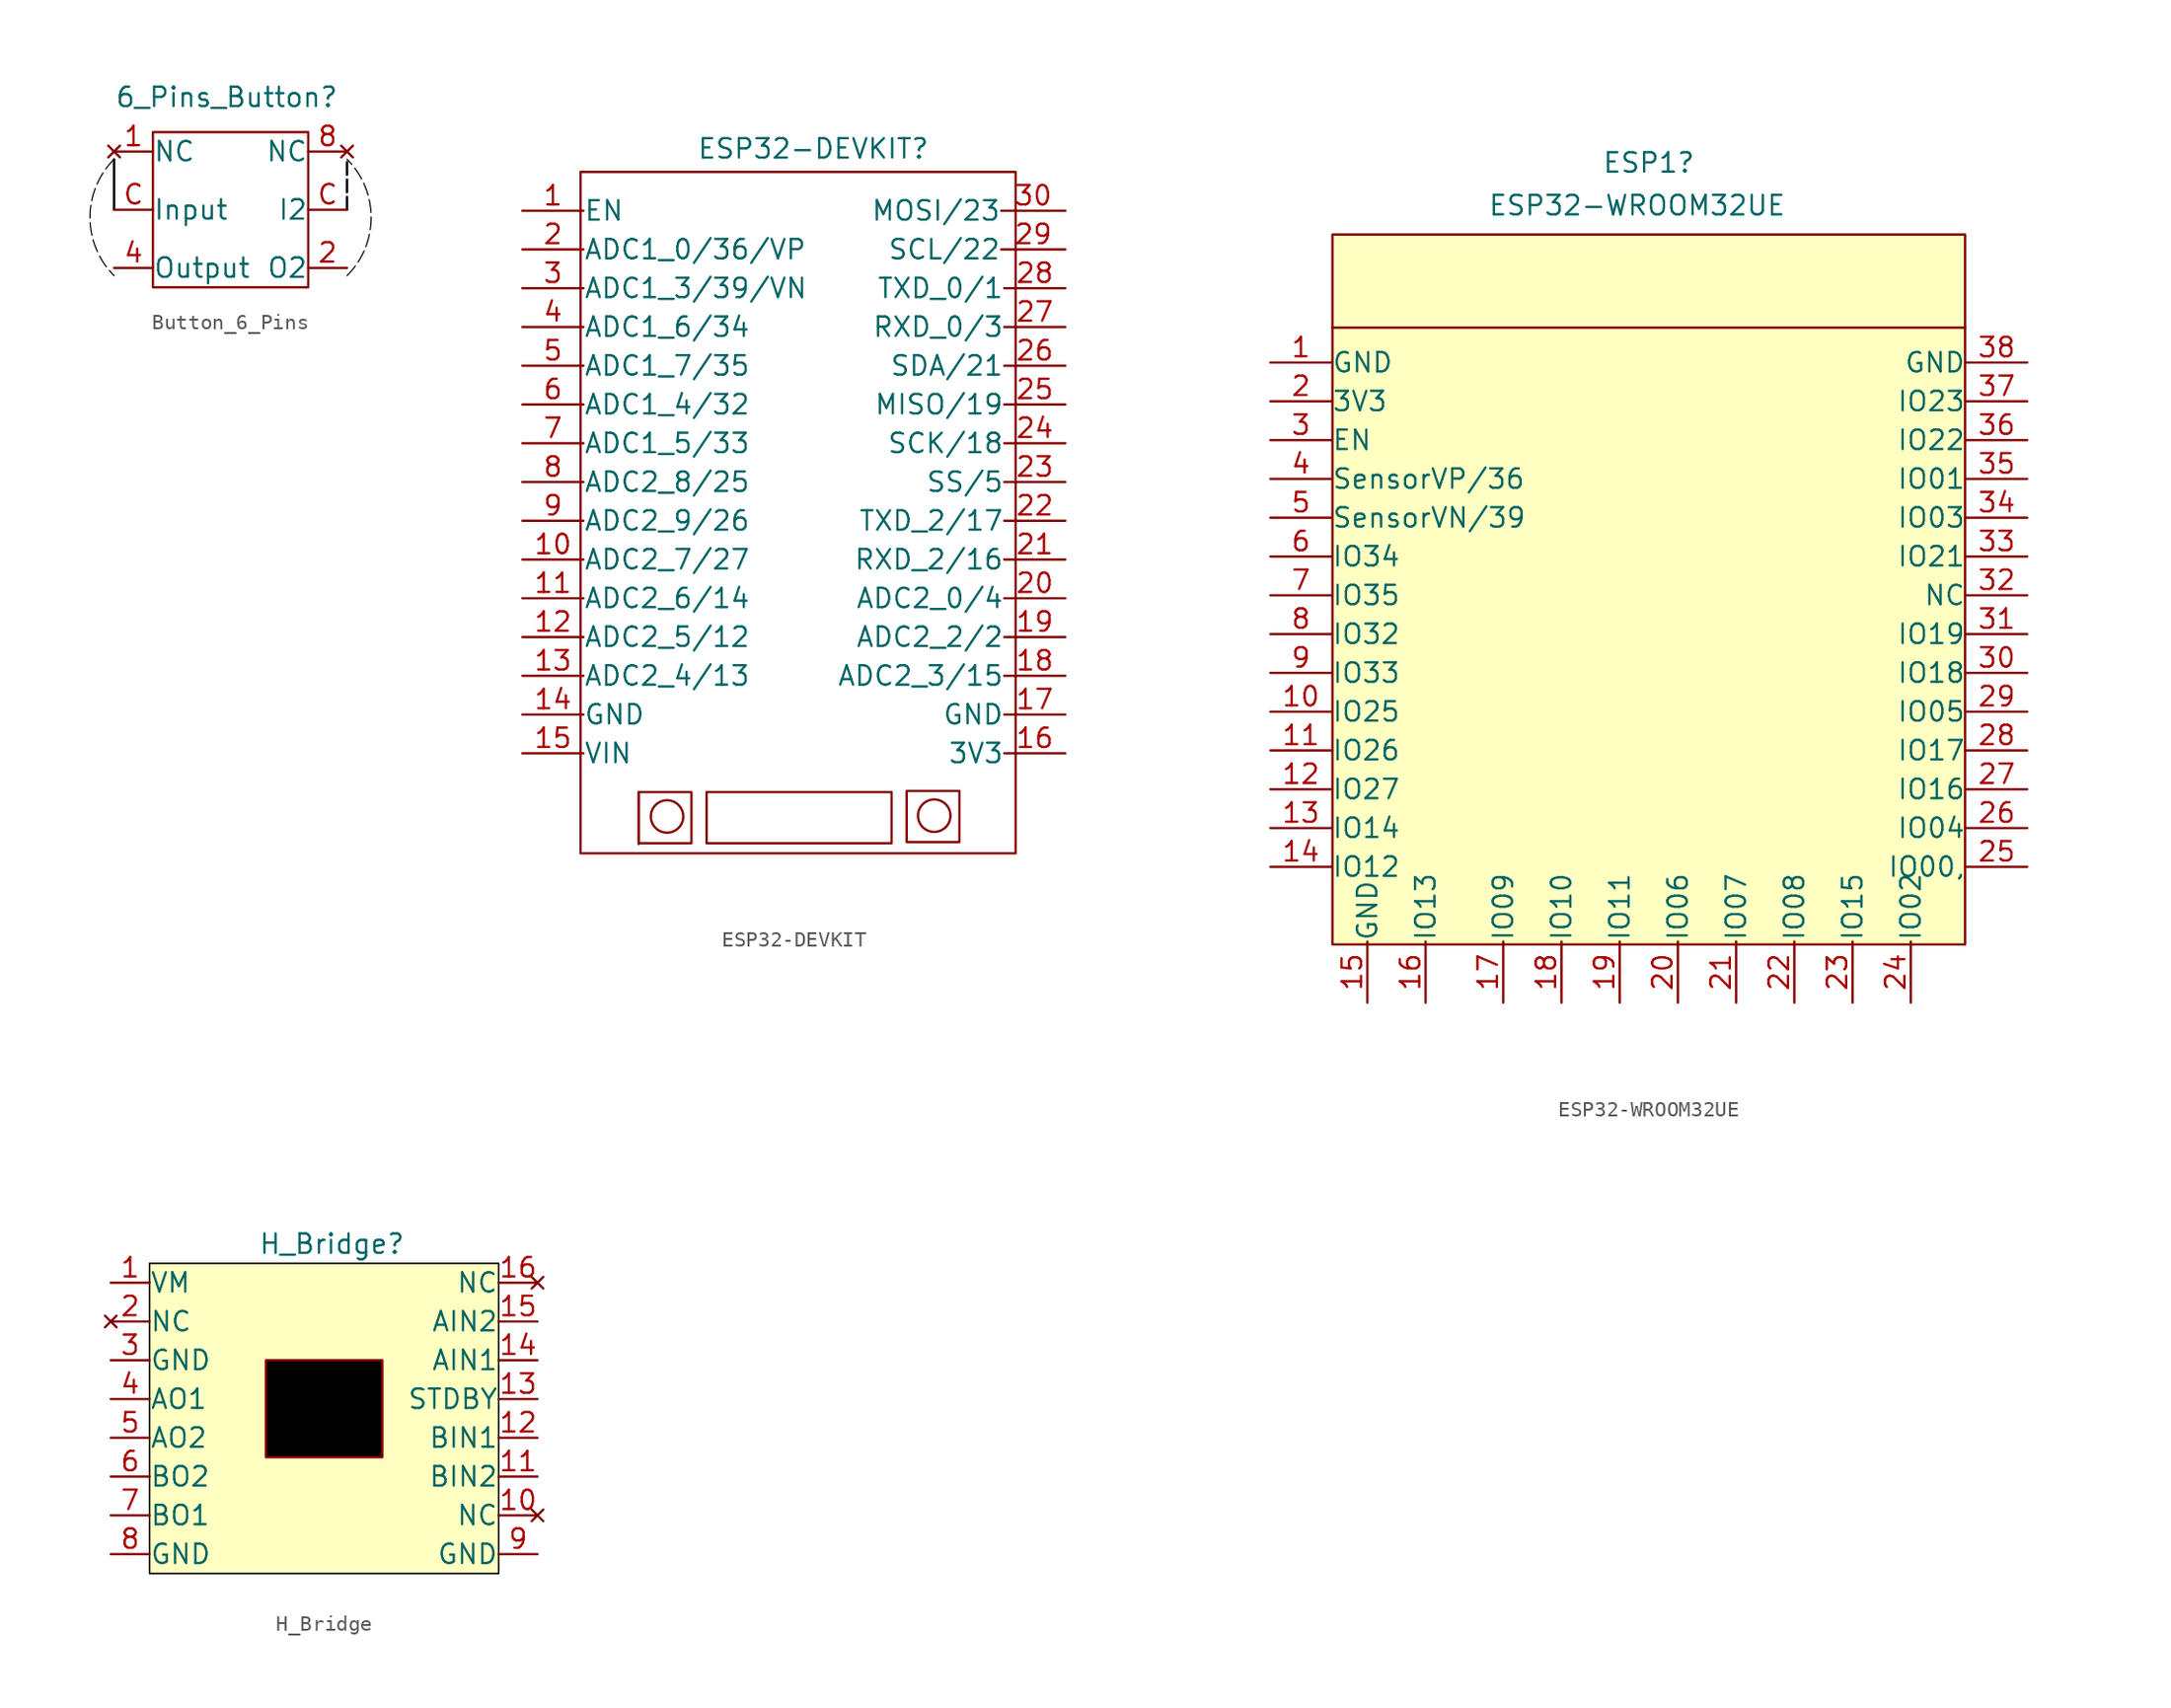
<source format=kicad_sym>
(kicad_symbol_lib
  (version 20231120)
  (generator "kicad_symbol_editor")
  (generator_version "8.0")
  (symbol "Button_6_Pins"
    (pin_names
      (offset 0.0001))
    (property "Reference" "6_Pins_Button"
      (at -0.254 7.366 0)
      (effects (font (size 1.27 1.27))))
    (property "Value" ""
      (at 0 0 0)
      (effects (font (size 1.27 1.27))))
    (symbol "Button_6_Pins_0_1"
      (rectangle (start -5.08 5.08) (end 5.08 -5.08) (stroke (width 0) (type default)) (fill (type none))))
    (symbol "Button_6_Pins_1_1"
      (arc (start -7.62 3.302) (mid -9.1982 -0.508) (end -7.62 -4.318) (stroke (width 0.0762) (type dash) (color 0 0 0 1)) (fill (type none)))
      (polyline (pts (xy -7.62 0) (xy -7.62 3.302)) (stroke (width 0) (type default) (color 0 0 0 1)) (fill (type none)))
      (polyline (pts (xy 7.62 0) (xy 7.62 3.302)) (stroke (width 0) (type default) (color 0 0 0 1)) (fill (type none)))
      (arc (start 7.62 -4.318) (mid 9.1982 -0.508) (end 7.62 3.302) (stroke (width 0.0762) (type dash) (color 0 0 0 1)) (fill (type none)))
      (pin no_connect line (at -7.62 3.81 0) (length 2.54) (name "NC" (effects (font (size 1.27 1.27)))) (number "1" (effects (font (size 1.27 1.27)))))
      (pin free line (at 7.62 -3.81 180) (length 2.54) (name "O2" (effects (font (size 1.27 1.27)))) (number "2" (effects (font (size 1.27 1.27)))))
      (pin free line (at -7.62 -3.81 0) (length 2.54) (name "Output" (effects (font (size 1.27 1.27)))) (number "4" (effects (font (size 1.27 1.27)))))
      (pin no_connect line (at 7.62 3.81 180) (length 2.54) (name "NC" (effects (font (size 1.27 1.27)))) (number "8" (effects (font (size 1.27 1.27)))))
      (pin free line (at 7.62 0 180) (length 2.54) (name "I2" (effects (font (size 1.27 1.27)))) (number "C" (effects (font (size 1.27 1.27)))))
      (pin input line (at -7.62 0 0) (length 2.54) (name "Input" (effects (font (size 1.27 1.27)))) (number "C" (effects (font (size 1.27 1.27)))))))
  (symbol "ESP32-DEVKIT"
    (pin_names
      (offset 0.0001))
    (property "Reference" "ESP32-DEVKIT"
      (at 0 23.114 0)
      (effects (font (size 1.27 1.27))))
    (property "Value" ""
      (at -1.27 10.16 0)
      (effects (font (size 1.27 1.27))))
    (symbol "ESP32-DEVKIT_0_1"
      (rectangle (start -11.43 -19.05) (end -11.43 -22.454) (stroke (width 0) (type default)) (fill (type none)))
      (rectangle (start -11.43 -19.05) (end -7.976 -22.403) (stroke (width 0) (type default)) (fill (type none)))
      (circle (center -9.576 -20.65) (radius 1.063) (stroke (width 0) (type default)) (fill (type none)))
      (rectangle (start -6.985 -22.403) (end 5.131 -19.05) (stroke (width 0) (type default)) (fill (type none)))
      (rectangle (start 6.121 -18.974) (end 9.576 -22.327) (stroke (width 0) (type default)) (fill (type none)))
      (circle (center 7.925 -20.599) (radius 1.063) (stroke (width 0) (type default)) (fill (type none))))
    (symbol "ESP32-DEVKIT_1_1"
      (rectangle (start -15.24 21.59) (end 13.259 -23.063) (stroke (width 0) (type default)) (fill (type none)))
      (pin output line (at -19.05 19.05 0) (length 4) (name "EN" (effects (font (size 1.27 1.27)))) (number "1" (effects (font (size 1.27 1.27)))))
      (pin output line (at -19.05 -3.81 0) (length 4) (name "ADC2_7/27" (effects (font (size 1.27 1.27)))) (number "10" (effects (font (size 1.27 1.27)))))
      (pin output line (at -19.05 -6.35 0) (length 4) (name "ADC2_6/14" (effects (font (size 1.27 1.27)))) (number "11" (effects (font (size 1.27 1.27)))))
      (pin output line (at -19.05 -8.89 0) (length 4) (name "ADC2_5/12" (effects (font (size 1.27 1.27)))) (number "12" (effects (font (size 1.27 1.27)))))
      (pin output line (at -19.05 -11.43 0) (length 4) (name "ADC2_4/13" (effects (font (size 1.27 1.27)))) (number "13" (effects (font (size 1.27 1.27)))))
      (pin output line (at -19.05 -13.97 0) (length 4) (name "GND" (effects (font (size 1.27 1.27)))) (number "14" (effects (font (size 1.27 1.27)))))
      (pin output line (at -19.05 -16.51 0) (length 4) (name "VIN" (effects (font (size 1.27 1.27)))) (number "15" (effects (font (size 1.27 1.27)))))
      (pin output line (at 16.51 -16.51 180) (length 4) (name "3V3" (effects (font (size 1.27 1.27)))) (number "16" (effects (font (size 1.27 1.27)))))
      (pin output line (at 16.51 -13.97 180) (length 4) (name "GND" (effects (font (size 1.27 1.27)))) (number "17" (effects (font (size 1.27 1.27)))))
      (pin output line (at 16.51 -11.43 180) (length 4) (name "ADC2_3/15" (effects (font (size 1.27 1.27)))) (number "18" (effects (font (size 1.27 1.27)))))
      (pin output line (at 16.51 -8.89 180) (length 4) (name "ADC2_2/2" (effects (font (size 1.27 1.27)))) (number "19" (effects (font (size 1.27 1.27)))))
      (pin output line (at -19.05 16.51 0) (length 4) (name "ADC1_0/36/VP" (effects (font (size 1.27 1.27)))) (number "2" (effects (font (size 1.27 1.27)))))
      (pin output line (at 16.51 -6.35 180) (length 4) (name "ADC2_0/4" (effects (font (size 1.27 1.27)))) (number "20" (effects (font (size 1.27 1.27)))))
      (pin output line (at 16.51 -3.81 180) (length 4) (name "RXD_2/16" (effects (font (size 1.27 1.27)))) (number "21" (effects (font (size 1.27 1.27)))))
      (pin output line (at 16.51 -1.27 180) (length 4) (name "TXD_2/17" (effects (font (size 1.27 1.27)))) (number "22" (effects (font (size 1.27 1.27)))))
      (pin output line (at 16.51 1.27 180) (length 4) (name "SS/5" (effects (font (size 1.27 1.27)))) (number "23" (effects (font (size 1.27 1.27)))))
      (pin output line (at 16.51 3.81 180) (length 4) (name "SCK/18" (effects (font (size 1.27 1.27)))) (number "24" (effects (font (size 1.27 1.27)))))
      (pin output line (at 16.51 6.35 180) (length 4) (name "MISO/19" (effects (font (size 1.27 1.27)))) (number "25" (effects (font (size 1.27 1.27)))))
      (pin output line (at 16.51 8.89 180) (length 4) (name "SDA/21" (effects (font (size 1.27 1.27)))) (number "26" (effects (font (size 1.27 1.27)))))
      (pin output line (at 16.51 11.43 180) (length 4) (name "RXD_0/3" (effects (font (size 1.27 1.27)))) (number "27" (effects (font (size 1.27 1.27)))))
      (pin output line (at 16.51 13.97 180) (length 4) (name "TXD_0/1" (effects (font (size 1.27 1.27)))) (number "28" (effects (font (size 1.27 1.27)))))
      (pin output line (at 16.51 16.51 180) (length 4.2) (name "SCL/22" (effects (font (size 1.27 1.27)))) (number "29" (effects (font (size 1.27 1.27)))))
      (pin output line (at -19.05 13.97 0) (length 4) (name "ADC1_3/39/VN" (effects (font (size 1.27 1.27)))) (number "3" (effects (font (size 1.27 1.27)))))
      (pin output line (at 16.51 19.05 180) (length 4.2) (name "MOSI/23" (effects (font (size 1.27 1.27)))) (number "30" (effects (font (size 1.27 1.27)))))
      (pin output line (at -19.05 11.43 0) (length 4) (name "ADC1_6/34" (effects (font (size 1.27 1.27)))) (number "4" (effects (font (size 1.27 1.27)))))
      (pin output line (at -19.05 8.89 0) (length 4) (name "ADC1_7/35" (effects (font (size 1.27 1.27)))) (number "5" (effects (font (size 1.27 1.27)))))
      (pin output line (at -19.05 6.35 0) (length 4) (name "ADC1_4/32" (effects (font (size 1.27 1.27)))) (number "6" (effects (font (size 1.27 1.27)))))
      (pin output line (at -19.05 3.81 0) (length 4) (name "ADC1_5/33" (effects (font (size 1.27 1.27)))) (number "7" (effects (font (size 1.27 1.27)))))
      (pin output line (at -19.05 1.27 0) (length 4) (name "ADC2_8/25" (effects (font (size 1.27 1.27)))) (number "8" (effects (font (size 1.27 1.27)))))
      (pin output line (at -19.05 -1.27 0) (length 4) (name "ADC2_9/26" (effects (font (size 1.27 1.27)))) (number "9" (effects (font (size 1.27 1.27)))))))
  (symbol "ESP32-WROOM­32UE"
    (pin_names
      (offset 0.002))
    (property "Reference" "ESP1"
      (at 0.635 1.651 0)
      (effects (font (size 1.27 1.27))))
    (property "Value" "ESP32-WROOM­32UE"
      (at -0.127 -1.143 0)
      (effects (font (size 1.27 1.27))))
    (symbol "ESP32-WROOM­32UE_0_0"
      (text "" (at -12.7 -13.208 0) (effects (font (size 1.27 1.27)))))
    (symbol "ESP32-WROOM­32UE_0_1"
      (polyline (pts (xy -20.066 -9.144) (xy 21.336 -9.144)) (stroke (width 0) (type default)) (fill (type none))))
    (symbol "ESP32-WROOM­32UE_1_1"
      (rectangle (start -20.066 -3.048) (end 21.336 -49.53) (stroke (width 0) (type default)) (fill (type background)))
      (pin output line (at -24.13 -11.43 0) (length 4) (name "GND" (effects (font (size 1.27 1.27)))) (number "1" (effects (font (size 1.27 1.27)))))
      (pin output line (at -24.13 -34.29 0) (length 4) (name "IO25" (effects (font (size 1.27 1.27)))) (number "10" (effects (font (size 1.27 1.27)))))
      (pin output line (at -24.13 -36.83 0) (length 4) (name "IO26" (effects (font (size 1.27 1.27)))) (number "11" (effects (font (size 1.27 1.27)))))
      (pin output line (at -24.13 -39.37 0) (length 4) (name "IO27" (effects (font (size 1.27 1.27)))) (number "12" (effects (font (size 1.27 1.27)))))
      (pin output line (at -24.13 -41.91 0) (length 4) (name "IO14" (effects (font (size 1.27 1.27)))) (number "13" (effects (font (size 1.27 1.27)))))
      (pin output line (at -24.13 -44.45 0) (length 4) (name "IO12" (effects (font (size 1.27 1.27)))) (number "14" (effects (font (size 1.27 1.27)))))
      (pin output line (at -17.78 -53.34 90) (length 4) (name "GND" (effects (font (size 1.27 1.27)))) (number "15" (effects (font (size 1.27 1.27)))))
      (pin output line (at -13.97 -53.34 90) (length 4) (name "IO13" (effects (font (size 1.27 1.27)))) (number "16" (effects (font (size 1.27 1.27)))))
      (pin output line (at -8.89 -53.34 90) (length 4) (name "IO09" (effects (font (size 1.27 1.27)))) (number "17" (effects (font (size 1.27 1.27)))))
      (pin output line (at -5.08 -53.34 90) (length 4) (name "IO10" (effects (font (size 1.27 1.27)))) (number "18" (effects (font (size 1.27 1.27)))))
      (pin output line (at -1.27 -53.34 90) (length 4) (name "IO11" (effects (font (size 1.27 1.27)))) (number "19" (effects (font (size 1.27 1.27)))))
      (pin output line (at -24.13 -13.97 0) (length 4) (name "3V3" (effects (font (size 1.27 1.27)))) (number "2" (effects (font (size 1.27 1.27)))))
      (pin output line (at 2.54 -53.34 90) (length 4) (name "IO06" (effects (font (size 1.27 1.27)))) (number "20" (effects (font (size 1.27 1.27)))))
      (pin output line (at 6.35 -53.34 90) (length 4) (name "IO07" (effects (font (size 1.27 1.27)))) (number "21" (effects (font (size 1.27 1.27)))))
      (pin output line (at 10.16 -53.34 90) (length 4) (name "IO08" (effects (font (size 1.27 1.27)))) (number "22" (effects (font (size 1.27 1.27)))))
      (pin output line (at 13.97 -53.34 90) (length 4) (name "IO15" (effects (font (size 1.27 1.27)))) (number "23" (effects (font (size 1.27 1.27)))))
      (pin output line (at 17.78 -53.34 90) (length 4) (name "IO02" (effects (font (size 1.27 1.27)))) (number "24" (effects (font (size 1.27 1.27)))))
      (pin output line (at 25.4 -44.45 180) (length 4) (name "IO00," (effects (font (size 1.27 1.27)))) (number "25" (effects (font (size 1.27 1.27)))))
      (pin output line (at 25.4 -41.91 180) (length 4) (name "IO04" (effects (font (size 1.27 1.27)))) (number "26" (effects (font (size 1.27 1.27)))))
      (pin output line (at 25.4 -39.37 180) (length 4) (name "IO16" (effects (font (size 1.27 1.27)))) (number "27" (effects (font (size 1.27 1.27)))))
      (pin output line (at 25.4 -36.83 180) (length 4) (name "IO17" (effects (font (size 1.27 1.27)))) (number "28" (effects (font (size 1.27 1.27)))))
      (pin output line (at 25.4 -34.29 180) (length 4) (name "IO05" (effects (font (size 1.27 1.27)))) (number "29" (effects (font (size 1.27 1.27)))))
      (pin output line (at -24.13 -16.51 0) (length 4) (name "EN" (effects (font (size 1.27 1.27)))) (number "3" (effects (font (size 1.27 1.27)))))
      (pin output line (at 25.4 -31.75 180) (length 4) (name "IO18" (effects (font (size 1.27 1.27)))) (number "30" (effects (font (size 1.27 1.27)))))
      (pin output line (at 25.4 -29.21 180) (length 4) (name "IO19" (effects (font (size 1.27 1.27)))) (number "31" (effects (font (size 1.27 1.27)))))
      (pin output line (at 25.4 -26.67 180) (length 4) (name "NC" (effects (font (size 1.27 1.27)))) (number "32" (effects (font (size 1.27 1.27)))))
      (pin output line (at 25.4 -24.13 180) (length 4) (name "IO21" (effects (font (size 1.27 1.27)))) (number "33" (effects (font (size 1.27 1.27)))))
      (pin output line (at 25.4 -21.59 180) (length 4) (name "IO03" (effects (font (size 1.27 1.27)))) (number "34" (effects (font (size 1.27 1.27)))))
      (pin output line (at 25.4 -19.05 180) (length 4) (name "IO01" (effects (font (size 1.27 1.27)))) (number "35" (effects (font (size 1.27 1.27)))))
      (pin output line (at 25.4 -16.51 180) (length 4) (name "IO22" (effects (font (size 1.27 1.27)))) (number "36" (effects (font (size 1.27 1.27)))))
      (pin output line (at 25.4 -13.97 180) (length 4) (name "IO23" (effects (font (size 1.27 1.27)))) (number "37" (effects (font (size 1.27 1.27)))))
      (pin output line (at 25.4 -11.43 180) (length 4) (name "GND" (effects (font (size 1.27 1.27)))) (number "38" (effects (font (size 1.27 1.27)))))
      (pin output line (at -24.13 -19.05 0) (length 4) (name "SensorVP/36" (effects (font (size 1.27 1.27)))) (number "4" (effects (font (size 1.27 1.27)))))
      (pin output line (at -24.13 -21.59 0) (length 4) (name "SensorVN/39" (effects (font (size 1.27 1.27)))) (number "5" (effects (font (size 1.27 1.27)))))
      (pin output line (at -24.13 -24.13 0) (length 4) (name "IO34" (effects (font (size 1.27 1.27)))) (number "6" (effects (font (size 1.27 1.27)))))
      (pin output line (at -24.13 -26.67 0) (length 4) (name "IO35" (effects (font (size 1.27 1.27)))) (number "7" (effects (font (size 1.27 1.27)))))
      (pin output line (at -24.13 -29.21 0) (length 4) (name "IO32" (effects (font (size 1.27 1.27)))) (number "8" (effects (font (size 1.27 1.27)))))
      (pin output line (at -24.13 -31.75 0) (length 4) (name "IO33" (effects (font (size 1.27 1.27)))) (number "9" (effects (font (size 1.27 1.27)))))))
  (symbol "H_Bridge"
    (pin_names
      (offset 0.0001))
    (property "Reference" "H_Bridge"
      (at 0.508 11.43 0)
      (effects (font (size 1.27 1.27))))
    (property "Value" ""
      (at -0.203 2.743 0)
      (effects (font (size 1.27 1.27))))
    (symbol "H_Bridge_1_1"
      (rectangle (start -11.43 10.16) (end 11.43 -10.16) (stroke (width 0.1) (type default) (color 0 0 0 1)) (fill (type background)))
      (rectangle (start -3.81 3.81) (end 3.81 -2.54) (stroke (width 0) (type default)) (fill (type color) (color 0 0 0 1)))
      (pin input line (at -13.97 8.89 0) (length 2.54) (name "VM" (effects (font (size 1.27 1.27)))) (number "1" (effects (font (size 1.27 1.27)))))
      (pin no_connect line (at 13.97 -6.35 180) (length 2.54) (name "NC" (effects (font (size 1.27 1.27)))) (number "10" (effects (font (size 1.27 1.27)))))
      (pin input line (at 13.97 -3.81 180) (length 2.54) (name "BIN2" (effects (font (size 1.27 1.27)))) (number "11" (effects (font (size 1.27 1.27)))))
      (pin input line (at 13.97 -1.27 180) (length 2.54) (name "BIN1" (effects (font (size 1.27 1.27)))) (number "12" (effects (font (size 1.27 1.27)))))
      (pin input line (at 13.97 1.27 180) (length 2.54) (name "STDBY" (effects (font (size 1.27 1.27)))) (number "13" (effects (font (size 1.27 1.27)))))
      (pin input line (at 13.97 3.81 180) (length 2.54) (name "AIN1" (effects (font (size 1.27 1.27)))) (number "14" (effects (font (size 1.27 1.27)))))
      (pin input line (at 13.97 6.35 180) (length 2.54) (name "AIN2" (effects (font (size 1.27 1.27)))) (number "15" (effects (font (size 1.27 1.27)))))
      (pin no_connect line (at 13.97 8.89 180) (length 2.54) (name "NC" (effects (font (size 1.27 1.27)))) (number "16" (effects (font (size 1.27 1.27)))))
      (pin no_connect line (at -13.97 6.35 0) (length 2.54) (name "NC" (effects (font (size 1.27 1.27)))) (number "2" (effects (font (size 1.27 1.27)))))
      (pin passive line (at -13.97 3.81 0) (length 2.54) (name "GND" (effects (font (size 1.27 1.27)))) (number "3" (effects (font (size 1.27 1.27)))))
      (pin output line (at -13.97 1.27 0) (length 2.54) (name "AO1" (effects (font (size 1.27 1.27)))) (number "4" (effects (font (size 1.27 1.27)))))
      (pin output line (at -13.97 -1.27 0) (length 2.54) (name "AO2" (effects (font (size 1.27 1.27)))) (number "5" (effects (font (size 1.27 1.27)))))
      (pin output line (at -13.97 -3.81 0) (length 2.54) (name "BO2" (effects (font (size 1.27 1.27)))) (number "6" (effects (font (size 1.27 1.27)))))
      (pin output line (at -13.97 -6.35 0) (length 2.54) (name "BO1" (effects (font (size 1.27 1.27)))) (number "7" (effects (font (size 1.27 1.27)))))
      (pin passive line (at -13.97 -8.89 0) (length 2.54) (name "GND" (effects (font (size 1.27 1.27)))) (number "8" (effects (font (size 1.27 1.27)))))
      (pin passive line (at 13.97 -8.89 180) (length 2.54) (name "GND" (effects (font (size 1.27 1.27)))) (number "9" (effects (font (size 1.27 1.27))))))))
</source>
